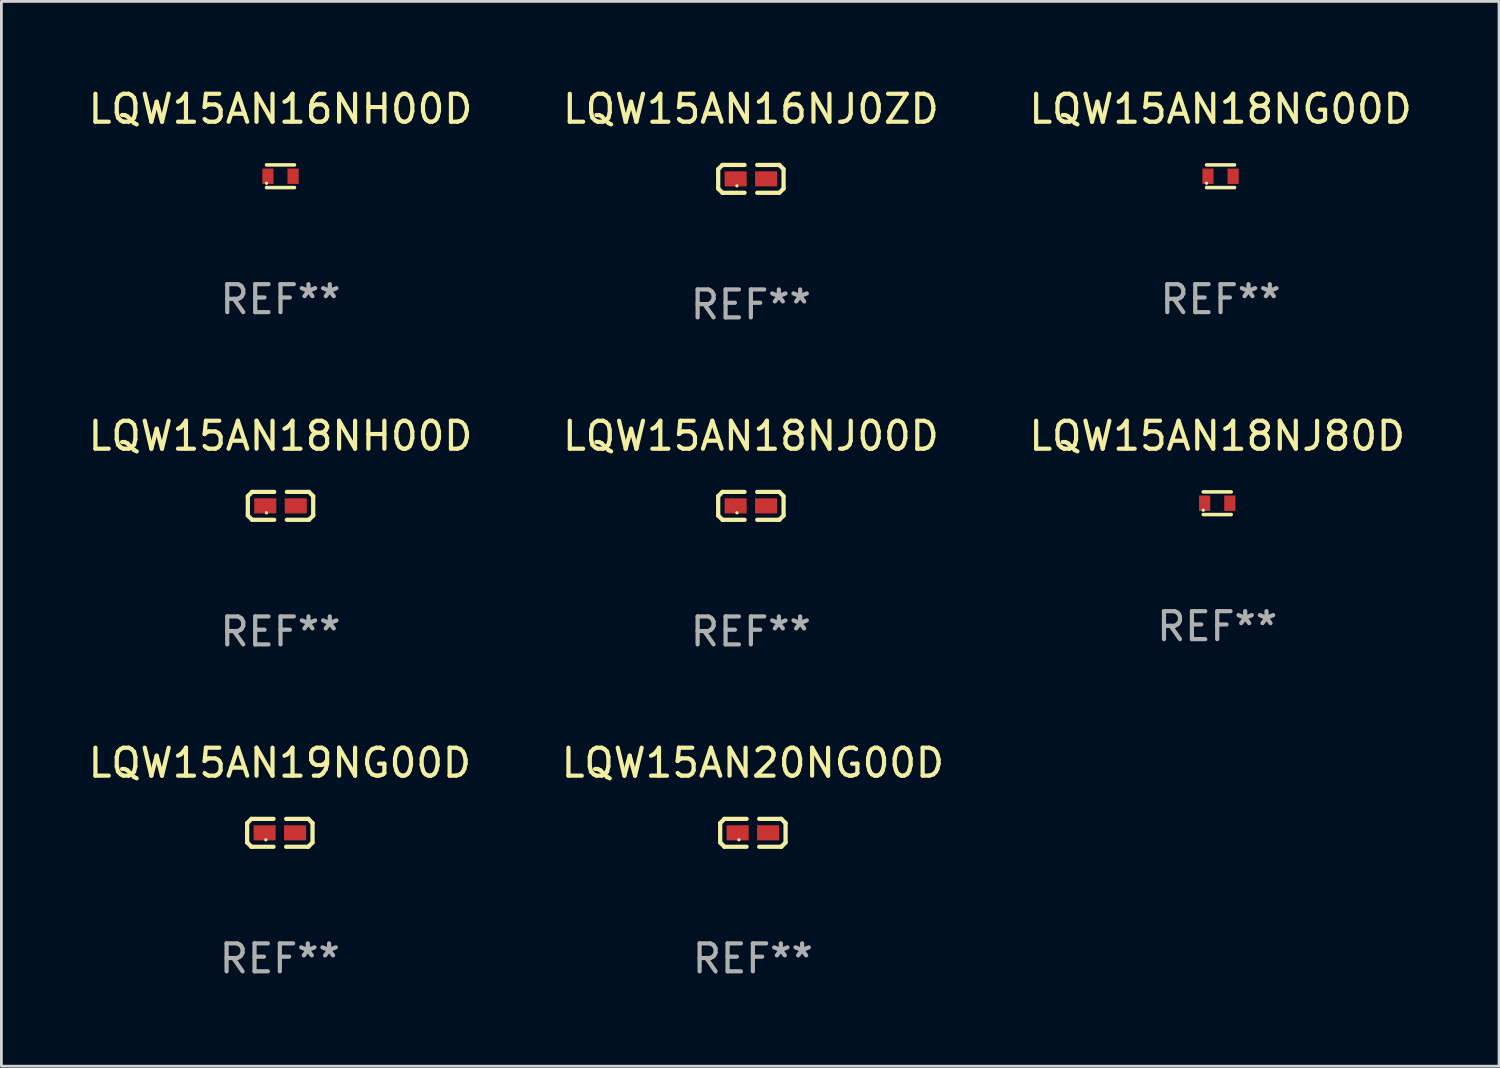
<source format=kicad_pcb>
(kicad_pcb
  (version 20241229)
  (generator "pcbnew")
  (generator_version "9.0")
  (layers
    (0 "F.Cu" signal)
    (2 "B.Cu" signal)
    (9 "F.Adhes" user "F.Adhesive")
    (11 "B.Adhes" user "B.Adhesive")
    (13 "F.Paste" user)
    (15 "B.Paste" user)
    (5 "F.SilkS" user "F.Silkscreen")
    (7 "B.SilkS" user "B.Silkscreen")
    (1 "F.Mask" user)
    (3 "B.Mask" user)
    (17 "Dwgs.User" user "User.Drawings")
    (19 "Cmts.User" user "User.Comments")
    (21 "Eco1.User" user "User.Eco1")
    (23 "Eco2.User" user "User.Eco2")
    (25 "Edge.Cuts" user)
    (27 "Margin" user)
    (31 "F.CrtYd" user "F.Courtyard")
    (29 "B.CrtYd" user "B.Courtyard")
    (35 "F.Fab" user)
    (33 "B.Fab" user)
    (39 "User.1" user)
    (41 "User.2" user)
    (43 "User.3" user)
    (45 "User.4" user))
  (footprint "LQW15AN18NG00D"
    (layer "F.Cu")
    (at 40.601 3.253)
    (property "Reference" "LQW15AN18NG00D" (at 0 -2.405 0) (layer "F.SilkS") (effects (font (size 1 1) (thickness 0.15))))
    (attr through_hole)
    (fp_line (start -0.5 -0.405) (end 0.5 -0.405) (stroke (width 0.127) (type solid)) (layer "F.SilkS"))
    (fp_line (start -0.5 0.405) (end 0.5 0.405) (stroke (width 0.127) (type solid)) (layer "F.SilkS"))
    (fp_circle (center -0.5 0.25) (end -0.47 0.25) (stroke (width 0.06) (type solid)) (fill no) (layer "F.SilkS"))
    (fp_text user "REF**" (at 0 4.405 0) (layer "F.Fab") (effects (font (size 1 1) (thickness 0.15))))
    (pad "1" smd rect (at -0.45 0 90) (size 0.55 0.4) (layers "F.Cu" "F.Mask" "F.Paste"))
    (pad "2" smd rect (at 0.45 0 90) (size 0.55 0.4) (layers "F.Cu" "F.Mask" "F.Paste")))
  (footprint "LQW15AN20NG00D"
    (layer "F.Cu")
    (at 23.875 26.734)
    (property "Reference" "LQW15AN20NG00D" (at 0 -2.499 0) (layer "F.SilkS") (effects (font (size 1 1) (thickness 0.15))))
    (attr through_hole)
    (fp_line (start -1.169 -0.346) (end -1.016 -0.499) (stroke (width 0.152) (type solid)) (layer "F.SilkS"))
    (fp_line (start -1.169 0.346) (end -1.169 -0.346) (stroke (width 0.152) (type solid)) (layer "F.SilkS"))
    (fp_line (start -1.016 -0.499) (end -0.226 -0.499) (stroke (width 0.152) (type solid)) (layer "F.SilkS"))
    (fp_line (start -1.016 0.499) (end -1.169 0.346) (stroke (width 0.152) (type solid)) (layer "F.SilkS"))
    (fp_line (start -0.226 0.499) (end -1.016 0.499) (stroke (width 0.152) (type solid)) (layer "F.SilkS"))
    (fp_line (start 0.226 0.499) (end 1.016 0.499) (stroke (width 0.152) (type solid)) (layer "F.SilkS"))
    (fp_line (start 1.016 -0.499) (end 0.226 -0.499) (stroke (width 0.152) (type solid)) (layer "F.SilkS"))
    (fp_line (start 1.016 0.499) (end 1.169 0.346) (stroke (width 0.152) (type solid)) (layer "F.SilkS"))
    (fp_line (start 1.169 -0.346) (end 1.016 -0.499) (stroke (width 0.152) (type solid)) (layer "F.SilkS"))
    (fp_line (start 1.169 0.346) (end 1.169 -0.346) (stroke (width 0.152) (type solid)) (layer "F.SilkS"))
    (fp_circle (center -0.5 0.25) (end -0.47 0.25) (stroke (width 0.06) (type solid)) (fill no) (layer "F.SilkS"))
    (fp_text user "REF**" (at 0 4.499 0) (layer "F.Fab") (effects (font (size 1 1) (thickness 0.15))))
    (pad "1" smd rect (at -0.545 0) (size 0.79 0.54) (layers "F.Cu" "F.Mask" "F.Paste"))
    (pad "2" smd rect (at 0.545 0) (size 0.79 0.54) (layers "F.Cu" "F.Mask" "F.Paste")))
  (footprint "LQW15AN16NH00D"
    (layer "F.Cu")
    (at 6.982 3.253)
    (property "Reference" "LQW15AN16NH00D" (at 0 -2.405 0) (layer "F.SilkS") (effects (font (size 1 1) (thickness 0.15))))
    (attr through_hole)
    (fp_line (start -0.5 -0.405) (end 0.5 -0.405) (stroke (width 0.127) (type solid)) (layer "F.SilkS"))
    (fp_line (start -0.5 0.405) (end 0.5 0.405) (stroke (width 0.127) (type solid)) (layer "F.SilkS"))
    (fp_circle (center -0.5 0.25) (end -0.47 0.25) (stroke (width 0.06) (type solid)) (fill no) (layer "F.SilkS"))
    (fp_text user "REF**" (at 0 4.405 0) (layer "F.Fab") (effects (font (size 1 1) (thickness 0.15))))
    (pad "1" smd rect (at -0.45 0 90) (size 0.55 0.4) (layers "F.Cu" "F.Mask" "F.Paste"))
    (pad "2" smd rect (at 0.45 0 90) (size 0.55 0.4) (layers "F.Cu" "F.Mask" "F.Paste")))
  (footprint "LQW15AN16NJ0ZD"
    (layer "F.Cu")
    (at 23.804 3.347)
    (property "Reference" "LQW15AN16NJ0ZD" (at 0 -2.499 0) (layer "F.SilkS") (effects (font (size 1 1) (thickness 0.15))))
    (attr through_hole)
    (fp_line (start -1.169 -0.346) (end -1.016 -0.499) (stroke (width 0.152) (type solid)) (layer "F.SilkS"))
    (fp_line (start -1.169 0.346) (end -1.169 -0.346) (stroke (width 0.152) (type solid)) (layer "F.SilkS"))
    (fp_line (start -1.016 -0.499) (end -0.226 -0.499) (stroke (width 0.152) (type solid)) (layer "F.SilkS"))
    (fp_line (start -1.016 0.499) (end -1.169 0.346) (stroke (width 0.152) (type solid)) (layer "F.SilkS"))
    (fp_line (start -0.226 0.499) (end -1.016 0.499) (stroke (width 0.152) (type solid)) (layer "F.SilkS"))
    (fp_line (start 0.226 0.499) (end 1.016 0.499) (stroke (width 0.152) (type solid)) (layer "F.SilkS"))
    (fp_line (start 1.016 -0.499) (end 0.226 -0.499) (stroke (width 0.152) (type solid)) (layer "F.SilkS"))
    (fp_line (start 1.016 0.499) (end 1.169 0.346) (stroke (width 0.152) (type solid)) (layer "F.SilkS"))
    (fp_line (start 1.169 -0.346) (end 1.016 -0.499) (stroke (width 0.152) (type solid)) (layer "F.SilkS"))
    (fp_line (start 1.169 0.346) (end 1.169 -0.346) (stroke (width 0.152) (type solid)) (layer "F.SilkS"))
    (fp_circle (center -0.5 0.25) (end -0.47 0.25) (stroke (width 0.06) (type solid)) (fill no) (layer "F.SilkS"))
    (fp_text user "REF**" (at 0 4.499 0) (layer "F.Fab") (effects (font (size 1 1) (thickness 0.15))))
    (pad "1" smd rect (at -0.545 0) (size 0.79 0.54) (layers "F.Cu" "F.Mask" "F.Paste"))
    (pad "2" smd rect (at 0.545 0) (size 0.79 0.54) (layers "F.Cu" "F.Mask" "F.Paste")))
  (footprint "LQW15AN18NH00D"
    (layer "F.Cu")
    (at 6.982 15.041)
    (property "Reference" "LQW15AN18NH00D" (at 0 -2.499 0) (layer "F.SilkS") (effects (font (size 1 1) (thickness 0.15))))
    (attr through_hole)
    (fp_line (start -1.169 -0.346) (end -1.016 -0.499) (stroke (width 0.152) (type solid)) (layer "F.SilkS"))
    (fp_line (start -1.169 0.346) (end -1.169 -0.346) (stroke (width 0.152) (type solid)) (layer "F.SilkS"))
    (fp_line (start -1.016 -0.499) (end -0.226 -0.499) (stroke (width 0.152) (type solid)) (layer "F.SilkS"))
    (fp_line (start -1.016 0.499) (end -1.169 0.346) (stroke (width 0.152) (type solid)) (layer "F.SilkS"))
    (fp_line (start -0.226 0.499) (end -1.016 0.499) (stroke (width 0.152) (type solid)) (layer "F.SilkS"))
    (fp_line (start 0.226 0.499) (end 1.016 0.499) (stroke (width 0.152) (type solid)) (layer "F.SilkS"))
    (fp_line (start 1.016 -0.499) (end 0.226 -0.499) (stroke (width 0.152) (type solid)) (layer "F.SilkS"))
    (fp_line (start 1.016 0.499) (end 1.169 0.346) (stroke (width 0.152) (type solid)) (layer "F.SilkS"))
    (fp_line (start 1.169 -0.346) (end 1.016 -0.499) (stroke (width 0.152) (type solid)) (layer "F.SilkS"))
    (fp_line (start 1.169 0.346) (end 1.169 -0.346) (stroke (width 0.152) (type solid)) (layer "F.SilkS"))
    (fp_circle (center -0.5 0.25) (end -0.47 0.25) (stroke (width 0.06) (type solid)) (fill no) (layer "F.SilkS"))
    (fp_text user "REF**" (at 0 4.499 0) (layer "F.Fab") (effects (font (size 1 1) (thickness 0.15))))
    (pad "1" smd rect (at -0.545 0) (size 0.79 0.54) (layers "F.Cu" "F.Mask" "F.Paste"))
    (pad "2" smd rect (at 0.545 0) (size 0.79 0.54) (layers "F.Cu" "F.Mask" "F.Paste")))
  (footprint "LQW15AN18NJ00D"
    (layer "F.Cu")
    (at 23.804 15.041)
    (property "Reference" "LQW15AN18NJ00D" (at 0 -2.499 0) (layer "F.SilkS") (effects (font (size 1 1) (thickness 0.15))))
    (attr through_hole)
    (fp_line (start -1.169 -0.346) (end -1.016 -0.499) (stroke (width 0.152) (type solid)) (layer "F.SilkS"))
    (fp_line (start -1.169 0.346) (end -1.169 -0.346) (stroke (width 0.152) (type solid)) (layer "F.SilkS"))
    (fp_line (start -1.016 -0.499) (end -0.226 -0.499) (stroke (width 0.152) (type solid)) (layer "F.SilkS"))
    (fp_line (start -1.016 0.499) (end -1.169 0.346) (stroke (width 0.152) (type solid)) (layer "F.SilkS"))
    (fp_line (start -0.226 0.499) (end -1.016 0.499) (stroke (width 0.152) (type solid)) (layer "F.SilkS"))
    (fp_line (start 0.226 0.499) (end 1.016 0.499) (stroke (width 0.152) (type solid)) (layer "F.SilkS"))
    (fp_line (start 1.016 -0.499) (end 0.226 -0.499) (stroke (width 0.152) (type solid)) (layer "F.SilkS"))
    (fp_line (start 1.016 0.499) (end 1.169 0.346) (stroke (width 0.152) (type solid)) (layer "F.SilkS"))
    (fp_line (start 1.169 -0.346) (end 1.016 -0.499) (stroke (width 0.152) (type solid)) (layer "F.SilkS"))
    (fp_line (start 1.169 0.346) (end 1.169 -0.346) (stroke (width 0.152) (type solid)) (layer "F.SilkS"))
    (fp_circle (center -0.5 0.25) (end -0.47 0.25) (stroke (width 0.06) (type solid)) (fill no) (layer "F.SilkS"))
    (fp_text user "REF**" (at 0 4.499 0) (layer "F.Fab") (effects (font (size 1 1) (thickness 0.15))))
    (pad "1" smd rect (at -0.545 0) (size 0.79 0.54) (layers "F.Cu" "F.Mask" "F.Paste"))
    (pad "2" smd rect (at 0.545 0) (size 0.79 0.54) (layers "F.Cu" "F.Mask" "F.Paste")))
  (footprint "LQW15AN18NJ80D"
    (layer "F.Cu")
    (at 40.482 14.947)
    (property "Reference" "LQW15AN18NJ80D" (at 0 -2.405 0) (layer "F.SilkS") (effects (font (size 1 1) (thickness 0.15))))
    (attr through_hole)
    (fp_line (start -0.5 -0.405) (end 0.5 -0.405) (stroke (width 0.127) (type solid)) (layer "F.SilkS"))
    (fp_line (start -0.5 0.405) (end 0.5 0.405) (stroke (width 0.127) (type solid)) (layer "F.SilkS"))
    (fp_circle (center -0.5 0.25) (end -0.47 0.25) (stroke (width 0.06) (type solid)) (fill no) (layer "F.SilkS"))
    (fp_text user "REF**" (at 0 4.405 0) (layer "F.Fab") (effects (font (size 1 1) (thickness 0.15))))
    (pad "1" smd rect (at -0.45 0 90) (size 0.55 0.4) (layers "F.Cu" "F.Mask" "F.Paste"))
    (pad "2" smd rect (at 0.45 0 90) (size 0.55 0.4) (layers "F.Cu" "F.Mask" "F.Paste")))
  (footprint "LQW15AN19NG00D"
    (layer "F.Cu")
    (at 6.958 26.734)
    (property "Reference" "LQW15AN19NG00D" (at 0 -2.499 0) (layer "F.SilkS") (effects (font (size 1 1) (thickness 0.15))))
    (attr through_hole)
    (fp_line (start -1.169 -0.346) (end -1.016 -0.499) (stroke (width 0.152) (type solid)) (layer "F.SilkS"))
    (fp_line (start -1.169 0.346) (end -1.169 -0.346) (stroke (width 0.152) (type solid)) (layer "F.SilkS"))
    (fp_line (start -1.016 -0.499) (end -0.226 -0.499) (stroke (width 0.152) (type solid)) (layer "F.SilkS"))
    (fp_line (start -1.016 0.499) (end -1.169 0.346) (stroke (width 0.152) (type solid)) (layer "F.SilkS"))
    (fp_line (start -0.226 0.499) (end -1.016 0.499) (stroke (width 0.152) (type solid)) (layer "F.SilkS"))
    (fp_line (start 0.226 0.499) (end 1.016 0.499) (stroke (width 0.152) (type solid)) (layer "F.SilkS"))
    (fp_line (start 1.016 -0.499) (end 0.226 -0.499) (stroke (width 0.152) (type solid)) (layer "F.SilkS"))
    (fp_line (start 1.016 0.499) (end 1.169 0.346) (stroke (width 0.152) (type solid)) (layer "F.SilkS"))
    (fp_line (start 1.169 -0.346) (end 1.016 -0.499) (stroke (width 0.152) (type solid)) (layer "F.SilkS"))
    (fp_line (start 1.169 0.346) (end 1.169 -0.346) (stroke (width 0.152) (type solid)) (layer "F.SilkS"))
    (fp_circle (center -0.5 0.25) (end -0.47 0.25) (stroke (width 0.06) (type solid)) (fill no) (layer "F.SilkS"))
    (fp_text user "REF**" (at 0 4.499 0) (layer "F.Fab") (effects (font (size 1 1) (thickness 0.15))))
    (pad "1" smd rect (at -0.545 0) (size 0.79 0.54) (layers "F.Cu" "F.Mask" "F.Paste"))
    (pad "2" smd rect (at 0.545 0) (size 0.79 0.54) (layers "F.Cu" "F.Mask" "F.Paste")))
  (gr_rect
    (start -3 -3)
    (end 50.56 35.081)
    (stroke (width 0.1) (type default))
    (fill no)
    (layer "Edge.Cuts")))
</source>
